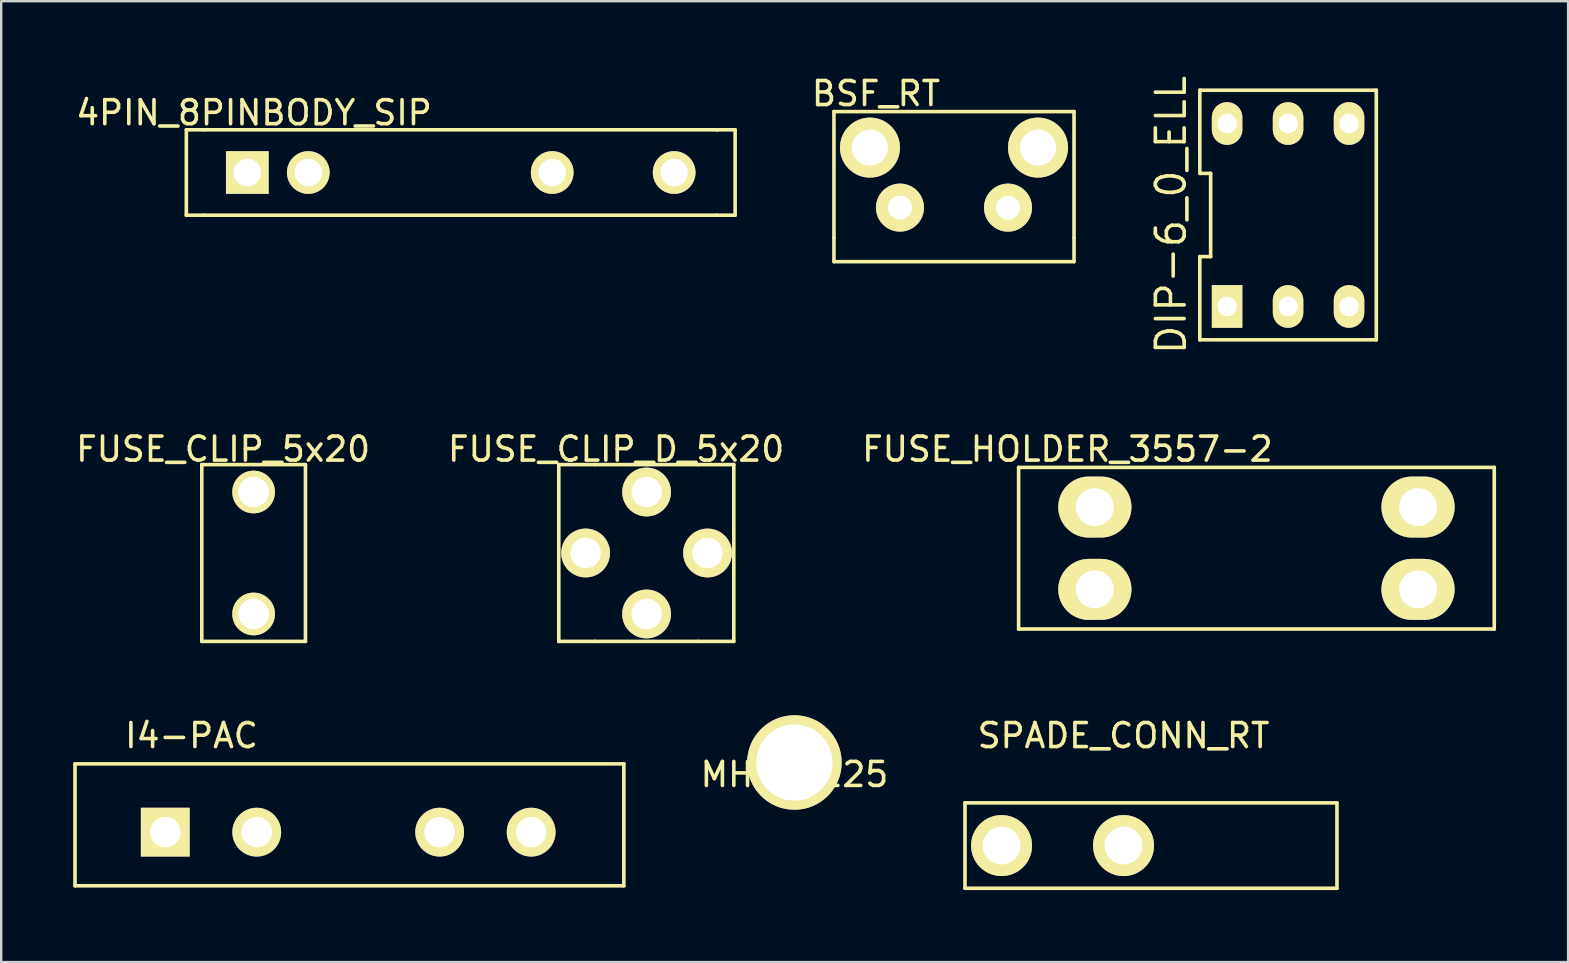
<source format=kicad_pcb>
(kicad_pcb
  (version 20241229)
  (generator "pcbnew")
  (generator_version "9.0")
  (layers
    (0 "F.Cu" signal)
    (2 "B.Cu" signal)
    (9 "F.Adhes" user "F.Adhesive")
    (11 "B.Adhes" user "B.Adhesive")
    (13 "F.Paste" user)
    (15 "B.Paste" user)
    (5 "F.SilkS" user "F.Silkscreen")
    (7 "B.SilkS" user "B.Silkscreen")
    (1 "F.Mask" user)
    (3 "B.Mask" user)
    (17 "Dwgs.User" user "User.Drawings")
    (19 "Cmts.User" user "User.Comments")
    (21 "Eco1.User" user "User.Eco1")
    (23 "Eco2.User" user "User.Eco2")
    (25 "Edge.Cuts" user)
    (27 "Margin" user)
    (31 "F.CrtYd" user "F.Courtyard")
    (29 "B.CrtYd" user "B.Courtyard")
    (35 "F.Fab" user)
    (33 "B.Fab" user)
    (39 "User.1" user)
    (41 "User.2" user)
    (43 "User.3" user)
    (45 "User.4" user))
  (footprint "FUSE_CLIP_D_5x20"
    (layer "F.Cu")
    (at 22.613 15.158)
    (property "Reference" "FUSE_CLIP_D_5x20" (at 0 0.5 0) (layer "F.SilkS") (effects (font (size 1 1) (thickness 0.15))))
    (attr through_hole)
    (fp_line (start -2.388 8.509) (end -2.388 1.143) (stroke (width 0.15) (type solid)) (layer "F.SilkS"))
    (fp_line (start -0.889 1.143) (end -2.388 1.143) (stroke (width 0.15) (type solid)) (layer "F.SilkS"))
    (fp_line (start -0.889 1.143) (end 1.27 1.143) (stroke (width 0.15) (type solid)) (layer "F.SilkS"))
    (fp_line (start -0.889 8.509) (end -2.388 8.509) (stroke (width 0.15) (type solid)) (layer "F.SilkS"))
    (fp_line (start 1.27 1.143) (end 3.429 1.143) (stroke (width 0.15) (type solid)) (layer "F.SilkS"))
    (fp_line (start 3.429 1.143) (end 4.902 1.143) (stroke (width 0.15) (type solid)) (layer "F.SilkS"))
    (fp_line (start 3.429 8.509) (end -0.889 8.509) (stroke (width 0.15) (type solid)) (layer "F.SilkS"))
    (fp_line (start 4.902 1.143) (end 4.902 8.509) (stroke (width 0.15) (type solid)) (layer "F.SilkS"))
    (fp_line (start 4.902 8.509) (end 3.429 8.509) (stroke (width 0.15) (type solid)) (layer "F.SilkS"))
    (pad "1" thru_hole circle (at -1.27 4.826) (size 2.032 2.032) (drill 1.27) (layers "*.Cu" "*.Mask" "F.SilkS"))
    (pad "1" thru_hole circle (at 1.27 2.286) (size 2.032 2.032) (drill 1.27) (layers "*.Cu" "*.Mask" "F.SilkS"))
    (pad "2" thru_hole circle (at 1.27 7.366) (size 2.032 2.032) (drill 1.27) (layers "*.Cu" "*.Mask" "F.SilkS"))
    (pad "2" thru_hole circle (at 3.81 4.826) (size 2.032 2.032) (drill 1.27) (layers "*.Cu" "*.Mask" "F.SilkS")))
  (footprint "DIP-6_0_ELL"
    (layer "F.Cu")
    (at 50.602 5.905)
    (property "Reference" "DIP-6_0_ELL" (at -4.875 0 90) (layer "F.SilkS") (effects (font (size 1.2 1.2) (thickness 0.15))))
    (attr through_hole)
    (fp_line (start -3.675 -1.733) (end -3.225 -1.733) (stroke (width 0.15) (type solid)) (layer "F.SilkS"))
    (fp_line (start -3.675 1.733) (end -3.675 5.199) (stroke (width 0.15) (type solid)) (layer "F.SilkS"))
    (fp_line (start -3.675 5.199) (end 3.675 5.199) (stroke (width 0.15) (type solid)) (layer "F.SilkS"))
    (fp_line (start -3.675 -5.199) (end -3.675 -1.733) (stroke (width 0.15) (type solid)) (layer "F.SilkS"))
    (fp_line (start -3.225 -1.733) (end -3.225 1.733) (stroke (width 0.15) (type solid)) (layer "F.SilkS"))
    (fp_line (start -3.225 1.733) (end -3.675 1.733) (stroke (width 0.15) (type solid)) (layer "F.SilkS"))
    (fp_line (start 3.675 5.199) (end 3.675 -5.199) (stroke (width 0.15) (type solid)) (layer "F.SilkS"))
    (fp_line (start 3.675 -5.199) (end -3.675 -5.199) (stroke (width 0.15) (type solid)) (layer "F.SilkS"))
    (pad "1" thru_hole rect (at -2.54 3.81) (size 1.27 1.778) (drill 0.813) (layers "*.Cu" "*.Mask" "F.SilkS"))
    (pad "2" thru_hole oval (at -2.54 -3.81) (size 1.27 1.778) (drill 0.813) (layers "*.Cu" "*.Mask" "F.SilkS"))
    (pad "3" thru_hole oval (at 0 3.81) (size 1.27 1.778) (drill 0.813) (layers "*.Cu" "*.Mask" "F.SilkS"))
    (pad "4" thru_hole oval (at 0 -3.81) (size 1.27 1.778) (drill 0.813) (layers "*.Cu" "*.Mask" "F.SilkS"))
    (pad "5" thru_hole oval (at 2.54 3.81) (size 1.27 1.778) (drill 0.813) (layers "*.Cu" "*.Mask" "F.SilkS"))
    (pad "6" thru_hole oval (at 2.54 -3.81) (size 1.27 1.778) (drill 0.813) (layers "*.Cu" "*.Mask" "F.SilkS")))
  (footprint "BSF_RT"
    (layer "F.Cu")
    (at 36.937 2.598)
    (property "Reference" "BSF_RT" (at -3.5 -1.75 0) (layer "F.SilkS") (effects (font (size 1 1) (thickness 0.15))))
    (attr through_hole)
    (fp_line (start -5.25 -1) (end -5.25 4.25) (stroke (width 0.15) (type solid)) (layer "F.SilkS"))
    (fp_line (start -5.25 4.25) (end -5.25 5.25) (stroke (width 0.15) (type solid)) (layer "F.SilkS"))
    (fp_line (start -5.25 5.25) (end 4.75 5.25) (stroke (width 0.15) (type solid)) (layer "F.SilkS"))
    (fp_line (start 4.75 -1) (end -5.25 -1) (stroke (width 0.15) (type solid)) (layer "F.SilkS"))
    (fp_line (start 4.75 4.25) (end 4.75 -1) (stroke (width 0.15) (type solid)) (layer "F.SilkS"))
    (fp_line (start 4.75 4.25) (end 4.75 5.25) (stroke (width 0.15) (type solid)) (layer "F.SilkS"))
    (pad "1" thru_hole circle (at -2.5 3) (size 2 2) (drill 1) (layers "*.Cu" "*.Mask" "F.SilkS"))
    (pad "2" thru_hole circle (at 2 3) (size 2 2) (drill 1) (layers "*.Cu" "*.Mask" "F.SilkS"))
    (pad "3" thru_hole circle (at -3.75 0.5) (size 2.5 2.5) (drill 1.5) (layers "*.Cu" "*.Mask" "F.SilkS"))
    (pad "4" thru_hole circle (at 3.25 0.5) (size 2.5 2.5) (drill 1.5) (layers "*.Cu" "*.Mask" "F.SilkS")))
  (footprint "MHOLE125"
    (layer "F.Cu")
    (at 30.04 28.711)
    (property "Reference" "MHOLE125" (at 0 0.5 0) (layer "F.SilkS") (effects (font (size 1 1) (thickness 0.15))))
    (attr through_hole)
    (pad "1" thru_hole circle (at 0 0) (size 3.937 3.937) (drill 3.175) (layers "*.Cu" "*.Mask" "F.SilkS")))
  (footprint "I4-PAC"
    (layer "F.Cu")
    (at 4.926 27.091)
    (property "Reference" "I4-PAC" (at 0 0.5 0) (layer "F.SilkS") (effects (font (size 1 1) (thickness 0.15))))
    (attr through_hole)
    (fp_line (start -4.851 1.676) (end 18.009 1.676) (stroke (width 0.15) (type solid)) (layer "F.SilkS"))
    (fp_line (start -4.851 6.756) (end -4.851 1.676) (stroke (width 0.15) (type solid)) (layer "F.SilkS"))
    (fp_line (start 18.009 1.676) (end 18.009 6.756) (stroke (width 0.15) (type solid)) (layer "F.SilkS"))
    (fp_line (start 18.009 6.756) (end -4.851 6.756) (stroke (width 0.15) (type solid)) (layer "F.SilkS"))
    (pad "1" thru_hole rect (at -1.092 4.521) (size 2.032 2.032) (drill 1.27) (layers "*.Cu" "*.Mask" "F.SilkS"))
    (pad "2" thru_hole circle (at 2.718 4.521) (size 2.032 2.032) (drill 1.27) (layers "*.Cu" "*.Mask" "F.SilkS"))
    (pad "3" thru_hole circle (at 10.338 4.521) (size 2.032 2.032) (drill 1.27) (layers "*.Cu" "*.Mask" "F.SilkS"))
    (pad "4" thru_hole circle (at 14.148 4.521) (size 2.032 2.032) (drill 1.27) (layers "*.Cu" "*.Mask" "F.SilkS")))
  (footprint "4PIN_8PINBODY_SIP"
    (layer "F.Cu")
    (at 14.82 0.25)
    (property "Reference" "4PIN_8PINBODY_SIP" (at -7.29 1.397 0) (layer "F.SilkS") (effects (font (size 1 1) (thickness 0.15))))
    (attr through_hole)
    (fp_line (start -10.109 2.108) (end -10.109 5.664) (stroke (width 0.15) (type solid)) (layer "F.SilkS"))
    (fp_line (start -10.109 2.108) (end -9.347 2.108) (stroke (width 0.15) (type solid)) (layer "F.SilkS"))
    (fp_line (start -9.347 5.664) (end -10.109 5.664) (stroke (width 0.15) (type solid)) (layer "F.SilkS"))
    (fp_line (start 11.989 2.108) (end -9.347 2.108) (stroke (width 0.15) (type solid)) (layer "F.SilkS"))
    (fp_line (start 11.989 2.108) (end 12.751 2.108) (stroke (width 0.15) (type solid)) (layer "F.SilkS"))
    (fp_line (start 11.989 5.664) (end -9.347 5.664) (stroke (width 0.15) (type solid)) (layer "F.SilkS"))
    (fp_line (start 12.751 5.664) (end 11.989 5.664) (stroke (width 0.15) (type solid)) (layer "F.SilkS"))
    (fp_line (start 12.751 5.664) (end 12.751 2.108) (stroke (width 0.15) (type solid)) (layer "F.SilkS"))
    (pad "1" thru_hole rect (at -7.569 3.886) (size 1.778 1.778) (drill 1.143) (layers "*.Cu" "*.Mask" "F.SilkS"))
    (pad "2" thru_hole circle (at -5.029 3.886) (size 1.778 1.778) (drill 1.143) (layers "*.Cu" "*.Mask" "F.SilkS"))
    (pad "3" thru_hole circle (at 5.131 3.886) (size 1.778 1.778) (drill 1.143) (layers "*.Cu" "*.Mask" "F.SilkS"))
    (pad "4" thru_hole circle (at 10.211 3.886) (size 1.778 1.778) (drill 1.143) (layers "*.Cu" "*.Mask" "F.SilkS")))
  (footprint "FUSE_HOLDER_3557-2"
    (layer "F.Cu")
    (at 45.094 15.531)
    (property "Reference" "FUSE_HOLDER_3557-2" (at -3.683 0.127 0) (layer "F.SilkS") (effects (font (size 1 1) (thickness 0.15))))
    (attr through_hole)
    (fp_line (start -5.715 0.889) (end -5.715 7.62) (stroke (width 0.15) (type solid)) (layer "F.SilkS"))
    (fp_line (start -5.715 7.62) (end 14.097 7.62) (stroke (width 0.15) (type solid)) (layer "F.SilkS"))
    (fp_line (start 14.097 0.889) (end -5.715 0.889) (stroke (width 0.15) (type solid)) (layer "F.SilkS"))
    (fp_line (start 14.097 7.62) (end 14.097 0.889) (stroke (width 0.15) (type solid)) (layer "F.SilkS"))
    (pad "1" thru_hole oval (at -2.54 2.54) (size 3.048 2.54) (drill 1.575) (layers "*.Cu" "*.Mask" "F.SilkS"))
    (pad "2" thru_hole oval (at -2.54 5.969) (size 3.048 2.54) (drill 1.575) (layers "*.Cu" "*.Mask" "F.SilkS"))
    (pad "3" thru_hole oval (at 10.922 2.54) (size 3.048 2.54) (drill 1.575) (layers "*.Cu" "*.Mask" "F.SilkS"))
    (pad "4" thru_hole oval (at 10.922 5.969) (size 3.048 2.54) (drill 1.575) (layers "*.Cu" "*.Mask" "F.SilkS")))
  (footprint "SPADE_CONN_RT"
    (layer "F.Cu")
    (at 43.749 27.091)
    (property "Reference" "SPADE_CONN_RT" (at 0 0.5 0) (layer "F.SilkS") (effects (font (size 1 1) (thickness 0.15))))
    (attr through_hole)
    (fp_line (start -6.604 3.302) (end -6.604 6.858) (stroke (width 0.15) (type solid)) (layer "F.SilkS"))
    (fp_line (start -6.604 6.858) (end 8.89 6.858) (stroke (width 0.15) (type solid)) (layer "F.SilkS"))
    (fp_line (start 8.89 3.302) (end -6.604 3.302) (stroke (width 0.15) (type solid)) (layer "F.SilkS"))
    (fp_line (start 8.89 6.858) (end 8.89 3.302) (stroke (width 0.15) (type solid)) (layer "F.SilkS"))
    (pad "1" thru_hole circle (at 0 5.08) (size 2.54 2.54) (drill 1.575) (layers "*.Cu" "*.Mask" "F.SilkS"))
    (pad "2" thru_hole circle (at -5.08 5.08) (size 2.54 2.54) (drill 1.575) (layers "*.Cu" "*.Mask" "F.SilkS")))
  (footprint "FUSE_CLIP_5x20"
    (layer "F.Cu")
    (at 6.244 15.158)
    (property "Reference" "FUSE_CLIP_5x20" (at 0 0.5 0) (layer "F.SilkS") (effects (font (size 1 1) (thickness 0.15))))
    (attr through_hole)
    (fp_line (start -0.889 1.143) (end 1.27 1.143) (stroke (width 0.15) (type solid)) (layer "F.SilkS"))
    (fp_line (start -0.889 8.509) (end -0.889 1.143) (stroke (width 0.15) (type solid)) (layer "F.SilkS"))
    (fp_line (start 1.27 1.143) (end 3.429 1.143) (stroke (width 0.15) (type solid)) (layer "F.SilkS"))
    (fp_line (start 3.429 1.143) (end 3.429 8.509) (stroke (width 0.15) (type solid)) (layer "F.SilkS"))
    (fp_line (start 3.429 8.509) (end -0.889 8.509) (stroke (width 0.15) (type solid)) (layer "F.SilkS"))
    (pad "1" thru_hole circle (at 1.27 2.286) (size 1.778 1.778) (drill 1.27) (layers "*.Cu" "*.Mask" "F.SilkS"))
    (pad "2" thru_hole circle (at 1.27 7.366) (size 1.778 1.778) (drill 1.27) (layers "*.Cu" "*.Mask" "F.SilkS")))
  (gr_rect
    (start -3 -3)
    (end 62.266 37.024)
    (stroke (width 0.1) (type default))
    (fill no)
    (layer "Edge.Cuts")))
</source>
